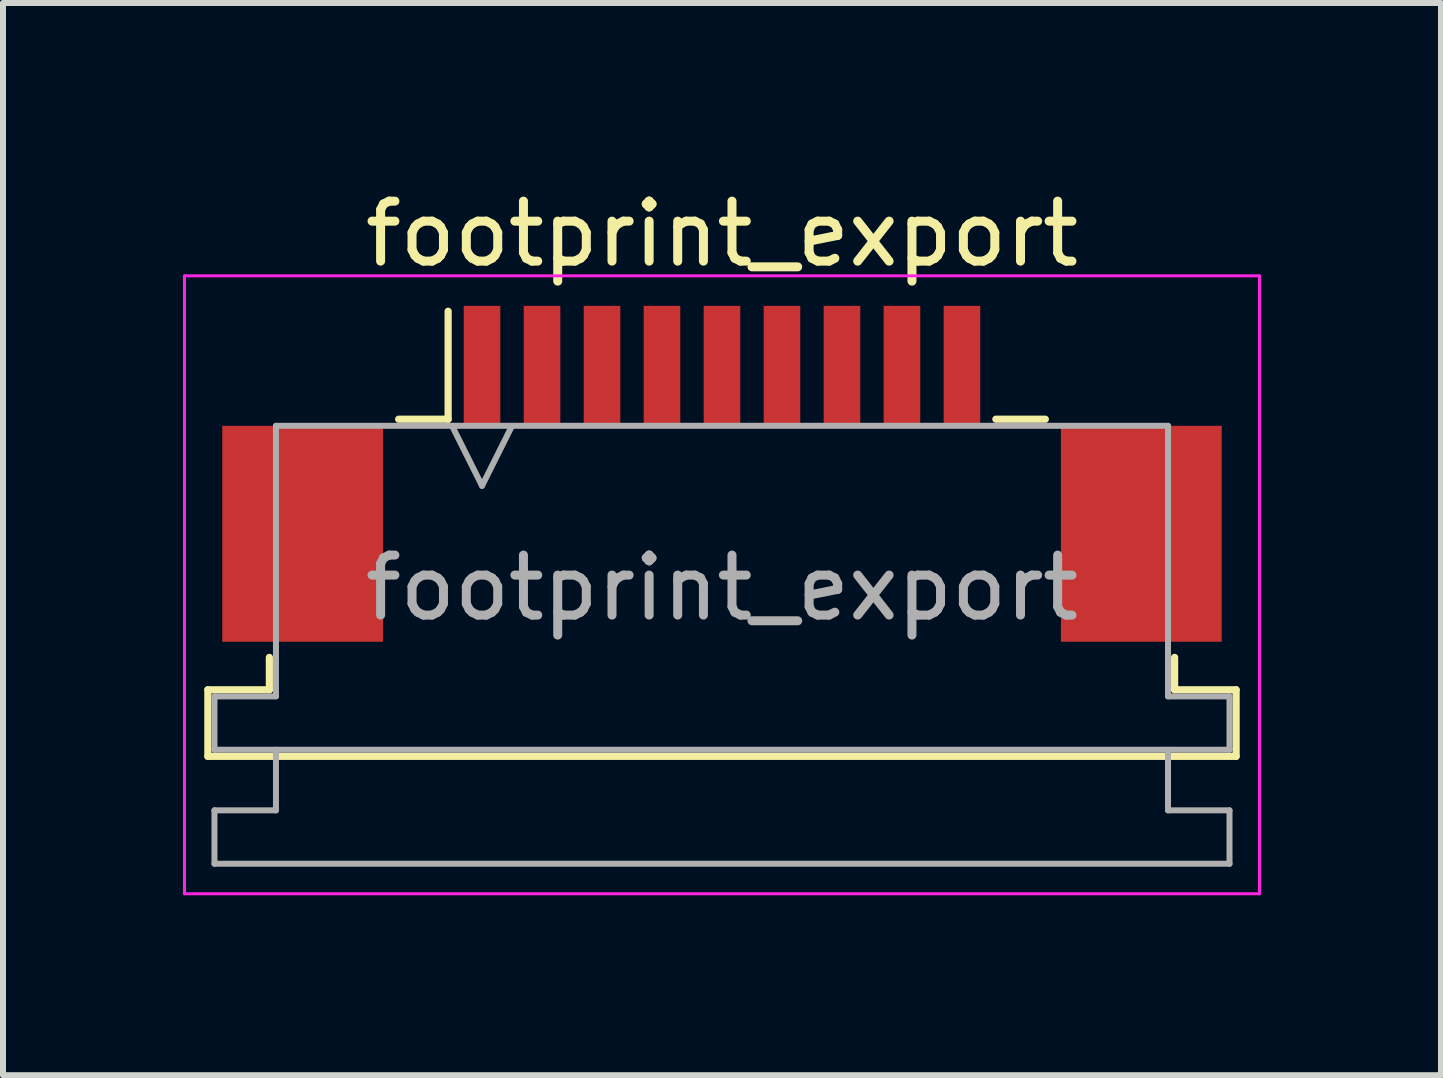
<source format=kicad_pcb>
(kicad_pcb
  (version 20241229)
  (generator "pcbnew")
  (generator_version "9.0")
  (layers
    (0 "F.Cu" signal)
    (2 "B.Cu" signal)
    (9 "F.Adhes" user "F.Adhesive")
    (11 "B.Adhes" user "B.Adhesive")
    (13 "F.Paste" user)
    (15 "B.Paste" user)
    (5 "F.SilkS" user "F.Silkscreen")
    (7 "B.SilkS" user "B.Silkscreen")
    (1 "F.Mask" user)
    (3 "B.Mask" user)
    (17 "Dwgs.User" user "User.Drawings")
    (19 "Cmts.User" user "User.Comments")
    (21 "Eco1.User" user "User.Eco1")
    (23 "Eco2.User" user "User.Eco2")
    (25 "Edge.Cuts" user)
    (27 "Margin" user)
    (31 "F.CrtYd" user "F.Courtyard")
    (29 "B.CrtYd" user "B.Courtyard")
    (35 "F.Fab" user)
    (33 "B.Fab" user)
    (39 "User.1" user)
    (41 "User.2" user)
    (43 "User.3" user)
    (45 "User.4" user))
  (footprint "footprint_export"
    (layer "F.Cu")
    (at 8.985 4.848)
    (property "Reference" "footprint_export" (at 0 -4 0) (layer "F.SilkS") (effects (font (size 1 1) (thickness 0.15))))
    (attr smd)
    (fp_line (start -8.57 3.6) (end -7.545 3.6) (stroke (width 0.12) (type solid)) (layer "F.SilkS"))
    (fp_line (start -8.57 4.71) (end -8.57 3.6) (stroke (width 0.12) (type solid)) (layer "F.SilkS"))
    (fp_line (start -7.545 3.6) (end -7.545 3.06) (stroke (width 0.12) (type solid)) (layer "F.SilkS"))
    (fp_line (start -5.39 -0.91) (end -4.565 -0.91) (stroke (width 0.12) (type solid)) (layer "F.SilkS"))
    (fp_line (start -4.565 -0.91) (end -4.565 -2.71) (stroke (width 0.12) (type solid)) (layer "F.SilkS"))
    (fp_line (start 4.565 -0.91) (end 5.39 -0.91) (stroke (width 0.12) (type solid)) (layer "F.SilkS"))
    (fp_line (start 7.545 3.06) (end 7.545 3.6) (stroke (width 0.12) (type solid)) (layer "F.SilkS"))
    (fp_line (start 7.545 3.6) (end 8.57 3.6) (stroke (width 0.12) (type solid)) (layer "F.SilkS"))
    (fp_line (start 8.57 3.6) (end 8.57 4.71) (stroke (width 0.12) (type solid)) (layer "F.SilkS"))
    (fp_line (start 8.57 4.71) (end -8.57 4.71) (stroke (width 0.12) (type solid)) (layer "F.SilkS"))
    (fp_line (start -8.96 -3.3) (end -8.96 7) (stroke (width 0.05) (type solid)) (layer "F.CrtYd"))
    (fp_line (start -8.96 7) (end 8.96 7) (stroke (width 0.05) (type solid)) (layer "F.CrtYd"))
    (fp_line (start 8.96 -3.3) (end -8.96 -3.3) (stroke (width 0.05) (type solid)) (layer "F.CrtYd"))
    (fp_line (start 8.96 7) (end 8.96 -3.3) (stroke (width 0.05) (type solid)) (layer "F.CrtYd"))
    (fp_line (start -8.46 3.71) (end -7.435 3.71) (stroke (width 0.1) (type solid)) (layer "F.Fab"))
    (fp_line (start -8.46 4.6) (end -8.46 3.71) (stroke (width 0.1) (type solid)) (layer "F.Fab"))
    (fp_line (start -8.46 5.61) (end -7.435 5.61) (stroke (width 0.1) (type solid)) (layer "F.Fab"))
    (fp_line (start -8.46 6.5) (end -8.46 5.61) (stroke (width 0.1) (type solid)) (layer "F.Fab"))
    (fp_line (start -7.435 -0.8) (end 7.435 -0.8) (stroke (width 0.1) (type solid)) (layer "F.Fab"))
    (fp_line (start -7.435 3.71) (end -7.435 -0.8) (stroke (width 0.1) (type solid)) (layer "F.Fab"))
    (fp_line (start -7.435 5.61) (end -7.435 4.6) (stroke (width 0.1) (type solid)) (layer "F.Fab"))
    (fp_line (start -4.5 -0.8) (end -4 0.2) (stroke (width 0.1) (type solid)) (layer "F.Fab"))
    (fp_line (start -4 0.2) (end -3.5 -0.8) (stroke (width 0.1) (type solid)) (layer "F.Fab"))
    (fp_line (start 7.435 -0.8) (end 7.435 3.71) (stroke (width 0.1) (type solid)) (layer "F.Fab"))
    (fp_line (start 7.435 3.71) (end 8.46 3.71) (stroke (width 0.1) (type solid)) (layer "F.Fab"))
    (fp_line (start 7.435 4.6) (end 7.435 5.61) (stroke (width 0.1) (type solid)) (layer "F.Fab"))
    (fp_line (start 7.435 5.61) (end 8.46 5.61) (stroke (width 0.1) (type solid)) (layer "F.Fab"))
    (fp_line (start 8.46 3.71) (end 8.46 4.6) (stroke (width 0.1) (type solid)) (layer "F.Fab"))
    (fp_line (start 8.46 4.6) (end -8.46 4.6) (stroke (width 0.1) (type solid)) (layer "F.Fab"))
    (fp_line (start 8.46 5.61) (end 8.46 6.5) (stroke (width 0.1) (type solid)) (layer "F.Fab"))
    (fp_line (start 8.46 6.5) (end -8.46 6.5) (stroke (width 0.1) (type solid)) (layer "F.Fab"))
    (fp_text user "${REFERENCE}" (at 0 1.9 0) (layer "F.Fab") (effects (font (size 1 1) (thickness 0.15))))
    (pad "1" smd rect (at -4 -1.8) (size 0.61 2) (layers "F.Cu" "F.Mask" "F.Paste"))
    (pad "2" smd rect (at -3 -1.8) (size 0.61 2) (layers "F.Cu" "F.Mask" "F.Paste"))
    (pad "3" smd rect (at -2 -1.8) (size 0.61 2) (layers "F.Cu" "F.Mask" "F.Paste"))
    (pad "4" smd rect (at -1 -1.8) (size 0.61 2) (layers "F.Cu" "F.Mask" "F.Paste"))
    (pad "5" smd rect (at 0 -1.8) (size 0.61 2) (layers "F.Cu" "F.Mask" "F.Paste"))
    (pad "6" smd rect (at 1 -1.8) (size 0.61 2) (layers "F.Cu" "F.Mask" "F.Paste"))
    (pad "7" smd rect (at 2 -1.8) (size 0.61 2) (layers "F.Cu" "F.Mask" "F.Paste"))
    (pad "8" smd rect (at 3 -1.8) (size 0.61 2) (layers "F.Cu" "F.Mask" "F.Paste"))
    (pad "9" smd rect (at 4 -1.8) (size 0.61 2) (layers "F.Cu" "F.Mask" "F.Paste"))
    (pad "MP" smd rect (at -6.99 1) (size 2.68 3.6) (layers "F.Cu" "F.Mask" "F.Paste"))
    (pad "MP" smd rect (at 6.99 1) (size 2.68 3.6) (layers "F.Cu" "F.Mask" "F.Paste")))
  (gr_rect
    (start -3 -3)
    (end 20.97 14.873)
    (stroke (width 0.1) (type default))
    (fill no)
    (layer "Edge.Cuts")))
</source>
